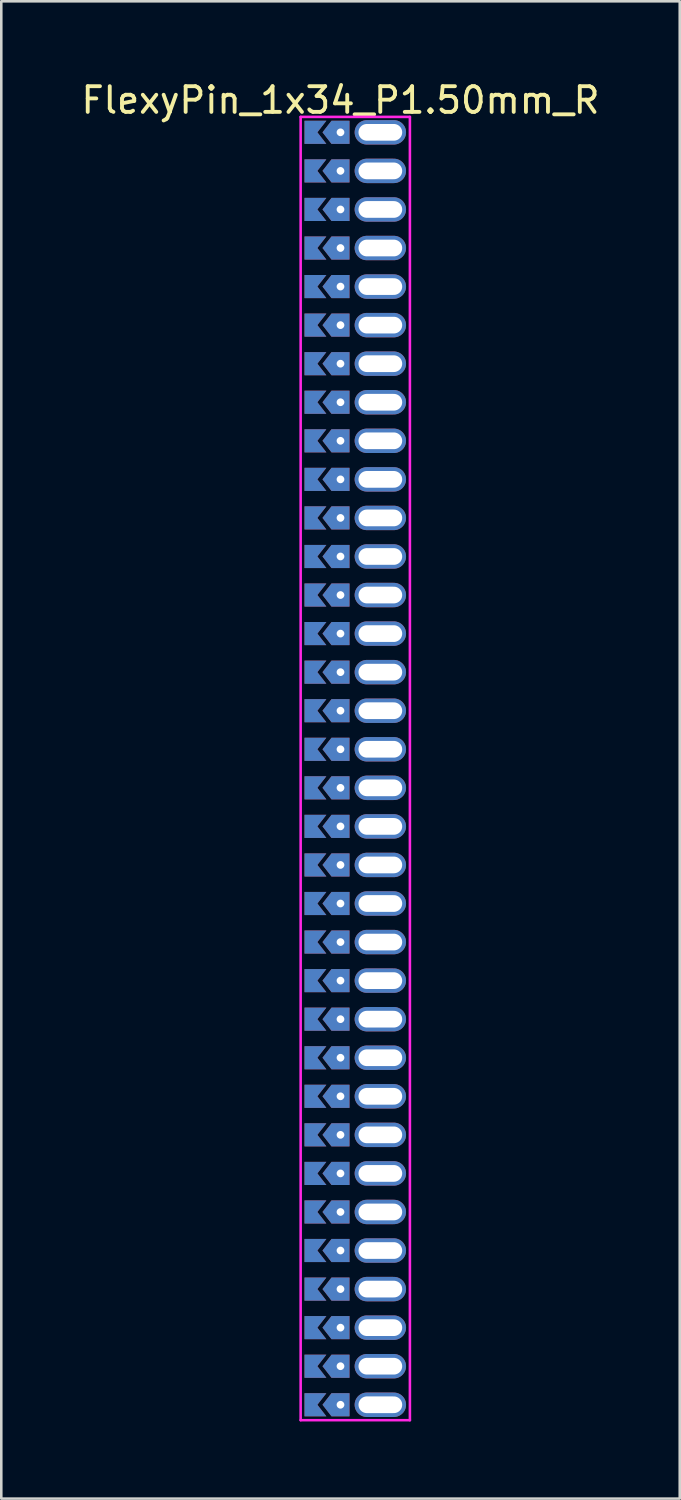
<source format=kicad_pcb>
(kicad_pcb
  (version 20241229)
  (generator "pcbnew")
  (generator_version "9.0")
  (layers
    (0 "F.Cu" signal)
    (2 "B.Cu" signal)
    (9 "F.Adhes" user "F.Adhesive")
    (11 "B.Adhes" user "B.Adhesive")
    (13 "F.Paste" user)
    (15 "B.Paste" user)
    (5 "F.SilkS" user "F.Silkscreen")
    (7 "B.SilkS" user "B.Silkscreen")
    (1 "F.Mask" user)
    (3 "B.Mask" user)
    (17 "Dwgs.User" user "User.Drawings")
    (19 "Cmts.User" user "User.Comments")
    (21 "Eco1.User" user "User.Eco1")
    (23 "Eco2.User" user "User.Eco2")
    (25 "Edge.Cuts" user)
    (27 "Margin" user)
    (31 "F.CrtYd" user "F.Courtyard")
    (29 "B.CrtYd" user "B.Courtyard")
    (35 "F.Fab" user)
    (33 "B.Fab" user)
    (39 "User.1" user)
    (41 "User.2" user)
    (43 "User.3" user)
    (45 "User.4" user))
  (footprint "FlexyPin_1x34_P1.50mm_R"
    (layer "F.Cu")
    (at 10.196 2.098)
    (property "Reference" "FlexyPin_1x34_P1.50mm_R" (at 0 -1.25 0) (layer "F.SilkS") (effects (font (size 1 1) (thickness 0.15))))
    (attr through_hole)
    (fp_line (start -1.55 -0.6) (end 2.7 -0.6) (stroke (width 0.1) (type solid)) (layer "F.CrtYd"))
    (fp_line (start -1.55 50.1) (end -1.55 -0.6) (stroke (width 0.1) (type solid)) (layer "F.CrtYd"))
    (fp_line (start 2.7 -0.6) (end 2.7 50.1) (stroke (width 0.1) (type solid)) (layer "F.CrtYd"))
    (fp_line (start 2.7 50.1) (end -1.55 50.1) (stroke (width 0.1) (type solid)) (layer "F.CrtYd"))
    (pad "" thru_hole custom (at 0 0) (size 0.3 0.3) (drill 0.6) (layers "*.Cu" "*.Mask") (options (anchor rect)) (primitives (gr_poly (pts (xy 0.35 0.45) (xy 0.35 -0.45) (xy -0.35 -0.45) (xy -0.7 0) (xy -0.35 0.45)) (width 0) (fill yes))))
    (pad "" thru_hole custom (at 0 1.5) (size 0.3 0.3) (drill 0.6) (layers "*.Cu" "*.Mask") (options (anchor rect)) (primitives (gr_poly (pts (xy 0.35 0.45) (xy 0.35 -0.45) (xy -0.35 -0.45) (xy -0.7 0) (xy -0.35 0.45)) (width 0) (fill yes))))
    (pad "" thru_hole custom (at 0 3) (size 0.3 0.3) (drill 0.6) (layers "*.Cu" "*.Mask") (options (anchor rect)) (primitives (gr_poly (pts (xy 0.35 0.45) (xy 0.35 -0.45) (xy -0.35 -0.45) (xy -0.7 0) (xy -0.35 0.45)) (width 0) (fill yes))))
    (pad "" thru_hole custom (at 0 4.5) (size 0.3 0.3) (drill 0.6) (layers "*.Cu" "*.Mask") (options (anchor rect)) (primitives (gr_poly (pts (xy 0.35 0.45) (xy 0.35 -0.45) (xy -0.35 -0.45) (xy -0.7 0) (xy -0.35 0.45)) (width 0) (fill yes))))
    (pad "" thru_hole custom (at 0 6) (size 0.3 0.3) (drill 0.6) (layers "*.Cu" "*.Mask") (options (anchor rect)) (primitives (gr_poly (pts (xy 0.35 0.45) (xy 0.35 -0.45) (xy -0.35 -0.45) (xy -0.7 0) (xy -0.35 0.45)) (width 0) (fill yes))))
    (pad "" thru_hole custom (at 0 7.5) (size 0.3 0.3) (drill 0.6) (layers "*.Cu" "*.Mask") (options (anchor rect)) (primitives (gr_poly (pts (xy 0.35 0.45) (xy 0.35 -0.45) (xy -0.35 -0.45) (xy -0.7 0) (xy -0.35 0.45)) (width 0) (fill yes))))
    (pad "" thru_hole custom (at 0 9) (size 0.3 0.3) (drill 0.6) (layers "*.Cu" "*.Mask") (options (anchor rect)) (primitives (gr_poly (pts (xy 0.35 0.45) (xy 0.35 -0.45) (xy -0.35 -0.45) (xy -0.7 0) (xy -0.35 0.45)) (width 0) (fill yes))))
    (pad "" thru_hole custom (at 0 10.5) (size 0.3 0.3) (drill 0.6) (layers "*.Cu" "*.Mask") (options (anchor rect)) (primitives (gr_poly (pts (xy 0.35 0.45) (xy 0.35 -0.45) (xy -0.35 -0.45) (xy -0.7 0) (xy -0.35 0.45)) (width 0) (fill yes))))
    (pad "" thru_hole custom (at 0 12) (size 0.3 0.3) (drill 0.6) (layers "*.Cu" "*.Mask") (options (anchor rect)) (primitives (gr_poly (pts (xy 0.35 0.45) (xy 0.35 -0.45) (xy -0.35 -0.45) (xy -0.7 0) (xy -0.35 0.45)) (width 0) (fill yes))))
    (pad "" thru_hole custom (at 0 13.5) (size 0.3 0.3) (drill 0.6) (layers "*.Cu" "*.Mask") (options (anchor rect)) (primitives (gr_poly (pts (xy 0.35 0.45) (xy 0.35 -0.45) (xy -0.35 -0.45) (xy -0.7 0) (xy -0.35 0.45)) (width 0) (fill yes))))
    (pad "" thru_hole custom (at 0 15) (size 0.3 0.3) (drill 0.6) (layers "*.Cu" "*.Mask") (options (anchor rect)) (primitives (gr_poly (pts (xy 0.35 0.45) (xy 0.35 -0.45) (xy -0.35 -0.45) (xy -0.7 0) (xy -0.35 0.45)) (width 0) (fill yes))))
    (pad "" thru_hole custom (at 0 16.5) (size 0.3 0.3) (drill 0.6) (layers "*.Cu" "*.Mask") (options (anchor rect)) (primitives (gr_poly (pts (xy 0.35 0.45) (xy 0.35 -0.45) (xy -0.35 -0.45) (xy -0.7 0) (xy -0.35 0.45)) (width 0) (fill yes))))
    (pad "" thru_hole custom (at 0 18) (size 0.3 0.3) (drill 0.6) (layers "*.Cu" "*.Mask") (options (anchor rect)) (primitives (gr_poly (pts (xy 0.35 0.45) (xy 0.35 -0.45) (xy -0.35 -0.45) (xy -0.7 0) (xy -0.35 0.45)) (width 0) (fill yes))))
    (pad "" thru_hole custom (at 0 19.5) (size 0.3 0.3) (drill 0.6) (layers "*.Cu" "*.Mask") (options (anchor rect)) (primitives (gr_poly (pts (xy 0.35 0.45) (xy 0.35 -0.45) (xy -0.35 -0.45) (xy -0.7 0) (xy -0.35 0.45)) (width 0) (fill yes))))
    (pad "" thru_hole custom (at 0 21) (size 0.3 0.3) (drill 0.6) (layers "*.Cu" "*.Mask") (options (anchor rect)) (primitives (gr_poly (pts (xy 0.35 0.45) (xy 0.35 -0.45) (xy -0.35 -0.45) (xy -0.7 0) (xy -0.35 0.45)) (width 0) (fill yes))))
    (pad "" thru_hole custom (at 0 22.5) (size 0.3 0.3) (drill 0.6) (layers "*.Cu" "*.Mask") (options (anchor rect)) (primitives (gr_poly (pts (xy 0.35 0.45) (xy 0.35 -0.45) (xy -0.35 -0.45) (xy -0.7 0) (xy -0.35 0.45)) (width 0) (fill yes))))
    (pad "" thru_hole custom (at 0 24) (size 0.3 0.3) (drill 0.6) (layers "*.Cu" "*.Mask") (options (anchor rect)) (primitives (gr_poly (pts (xy 0.35 0.45) (xy 0.35 -0.45) (xy -0.35 -0.45) (xy -0.7 0) (xy -0.35 0.45)) (width 0) (fill yes))))
    (pad "" thru_hole custom (at 0 25.5) (size 0.3 0.3) (drill 0.6) (layers "*.Cu" "*.Mask") (options (anchor rect)) (primitives (gr_poly (pts (xy 0.35 0.45) (xy 0.35 -0.45) (xy -0.35 -0.45) (xy -0.7 0) (xy -0.35 0.45)) (width 0) (fill yes))))
    (pad "" thru_hole custom (at 0 27) (size 0.3 0.3) (drill 0.6) (layers "*.Cu" "*.Mask") (options (anchor rect)) (primitives (gr_poly (pts (xy 0.35 0.45) (xy 0.35 -0.45) (xy -0.35 -0.45) (xy -0.7 0) (xy -0.35 0.45)) (width 0) (fill yes))))
    (pad "" thru_hole custom (at 0 28.5) (size 0.3 0.3) (drill 0.6) (layers "*.Cu" "*.Mask") (options (anchor rect)) (primitives (gr_poly (pts (xy 0.35 0.45) (xy 0.35 -0.45) (xy -0.35 -0.45) (xy -0.7 0) (xy -0.35 0.45)) (width 0) (fill yes))))
    (pad "" thru_hole custom (at 0 30) (size 0.3 0.3) (drill 0.6) (layers "*.Cu" "*.Mask") (options (anchor rect)) (primitives (gr_poly (pts (xy 0.35 0.45) (xy 0.35 -0.45) (xy -0.35 -0.45) (xy -0.7 0) (xy -0.35 0.45)) (width 0) (fill yes))))
    (pad "" thru_hole custom (at 0 31.5) (size 0.3 0.3) (drill 0.6) (layers "*.Cu" "*.Mask") (options (anchor rect)) (primitives (gr_poly (pts (xy 0.35 0.45) (xy 0.35 -0.45) (xy -0.35 -0.45) (xy -0.7 0) (xy -0.35 0.45)) (width 0) (fill yes))))
    (pad "" thru_hole custom (at 0 33) (size 0.3 0.3) (drill 0.6) (layers "*.Cu" "*.Mask") (options (anchor rect)) (primitives (gr_poly (pts (xy 0.35 0.45) (xy 0.35 -0.45) (xy -0.35 -0.45) (xy -0.7 0) (xy -0.35 0.45)) (width 0) (fill yes))))
    (pad "" thru_hole custom (at 0 34.5) (size 0.3 0.3) (drill 0.6) (layers "*.Cu" "*.Mask") (options (anchor rect)) (primitives (gr_poly (pts (xy 0.35 0.45) (xy 0.35 -0.45) (xy -0.35 -0.45) (xy -0.7 0) (xy -0.35 0.45)) (width 0) (fill yes))))
    (pad "" thru_hole custom (at 0 36) (size 0.3 0.3) (drill 0.6) (layers "*.Cu" "*.Mask") (options (anchor rect)) (primitives (gr_poly (pts (xy 0.35 0.45) (xy 0.35 -0.45) (xy -0.35 -0.45) (xy -0.7 0) (xy -0.35 0.45)) (width 0) (fill yes))))
    (pad "" thru_hole custom (at 0 37.5) (size 0.3 0.3) (drill 0.6) (layers "*.Cu" "*.Mask") (options (anchor rect)) (primitives (gr_poly (pts (xy 0.35 0.45) (xy 0.35 -0.45) (xy -0.35 -0.45) (xy -0.7 0) (xy -0.35 0.45)) (width 0) (fill yes))))
    (pad "" thru_hole custom (at 0 39) (size 0.3 0.3) (drill 0.6) (layers "*.Cu" "*.Mask") (options (anchor rect)) (primitives (gr_poly (pts (xy 0.35 0.45) (xy 0.35 -0.45) (xy -0.35 -0.45) (xy -0.7 0) (xy -0.35 0.45)) (width 0) (fill yes))))
    (pad "" thru_hole custom (at 0 40.5) (size 0.3 0.3) (drill 0.6) (layers "*.Cu" "*.Mask") (options (anchor rect)) (primitives (gr_poly (pts (xy 0.35 0.45) (xy 0.35 -0.45) (xy -0.35 -0.45) (xy -0.7 0) (xy -0.35 0.45)) (width 0) (fill yes))))
    (pad "" thru_hole custom (at 0 42) (size 0.3 0.3) (drill 0.6) (layers "*.Cu" "*.Mask") (options (anchor rect)) (primitives (gr_poly (pts (xy 0.35 0.45) (xy 0.35 -0.45) (xy -0.35 -0.45) (xy -0.7 0) (xy -0.35 0.45)) (width 0) (fill yes))))
    (pad "" thru_hole custom (at 0 43.5) (size 0.3 0.3) (drill 0.6) (layers "*.Cu" "*.Mask") (options (anchor rect)) (primitives (gr_poly (pts (xy 0.35 0.45) (xy 0.35 -0.45) (xy -0.35 -0.45) (xy -0.7 0) (xy -0.35 0.45)) (width 0) (fill yes))))
    (pad "" thru_hole custom (at 0 45) (size 0.3 0.3) (drill 0.6) (layers "*.Cu" "*.Mask") (options (anchor rect)) (primitives (gr_poly (pts (xy 0.35 0.45) (xy 0.35 -0.45) (xy -0.35 -0.45) (xy -0.7 0) (xy -0.35 0.45)) (width 0) (fill yes))))
    (pad "" thru_hole custom (at 0 46.5) (size 0.3 0.3) (drill 0.6) (layers "*.Cu" "*.Mask") (options (anchor rect)) (primitives (gr_poly (pts (xy 0.35 0.45) (xy 0.35 -0.45) (xy -0.35 -0.45) (xy -0.7 0) (xy -0.35 0.45)) (width 0) (fill yes))))
    (pad "" thru_hole custom (at 0 48) (size 0.3 0.3) (drill 0.6) (layers "*.Cu" "*.Mask") (options (anchor rect)) (primitives (gr_poly (pts (xy 0.35 0.45) (xy 0.35 -0.45) (xy -0.35 -0.45) (xy -0.7 0) (xy -0.35 0.45)) (width 0) (fill yes))))
    (pad "" thru_hole custom (at 0 49.5) (size 0.3 0.3) (drill 0.6) (layers "*.Cu" "*.Mask") (options (anchor rect)) (primitives (gr_poly (pts (xy 0.35 0.45) (xy 0.35 -0.45) (xy -0.35 -0.45) (xy -0.7 0) (xy -0.35 0.45)) (width 0) (fill yes))))
    (pad "" thru_hole oval (at 1.55 0) (size 2 0.95) (drill oval 1.7 0.65) (layers "*.Cu" "*.Mask"))
    (pad "" thru_hole oval (at 1.55 1.5) (size 2 0.95) (drill oval 1.7 0.65) (layers "*.Cu" "*.Mask"))
    (pad "" thru_hole oval (at 1.55 3) (size 2 0.95) (drill oval 1.7 0.65) (layers "*.Cu" "*.Mask"))
    (pad "" thru_hole oval (at 1.55 4.5) (size 2 0.95) (drill oval 1.7 0.65) (layers "*.Cu" "*.Mask"))
    (pad "" thru_hole oval (at 1.55 6) (size 2 0.95) (drill oval 1.7 0.65) (layers "*.Cu" "*.Mask"))
    (pad "" thru_hole oval (at 1.55 7.5) (size 2 0.95) (drill oval 1.7 0.65) (layers "*.Cu" "*.Mask"))
    (pad "" thru_hole oval (at 1.55 9) (size 2 0.95) (drill oval 1.7 0.65) (layers "*.Cu" "*.Mask"))
    (pad "" thru_hole oval (at 1.55 10.5) (size 2 0.95) (drill oval 1.7 0.65) (layers "*.Cu" "*.Mask"))
    (pad "" thru_hole oval (at 1.55 12) (size 2 0.95) (drill oval 1.7 0.65) (layers "*.Cu" "*.Mask"))
    (pad "" thru_hole oval (at 1.55 13.5) (size 2 0.95) (drill oval 1.7 0.65) (layers "*.Cu" "*.Mask"))
    (pad "" thru_hole oval (at 1.55 15) (size 2 0.95) (drill oval 1.7 0.65) (layers "*.Cu" "*.Mask"))
    (pad "" thru_hole oval (at 1.55 16.5) (size 2 0.95) (drill oval 1.7 0.65) (layers "*.Cu" "*.Mask"))
    (pad "" thru_hole oval (at 1.55 18) (size 2 0.95) (drill oval 1.7 0.65) (layers "*.Cu" "*.Mask"))
    (pad "" thru_hole oval (at 1.55 19.5) (size 2 0.95) (drill oval 1.7 0.65) (layers "*.Cu" "*.Mask"))
    (pad "" thru_hole oval (at 1.55 21) (size 2 0.95) (drill oval 1.7 0.65) (layers "*.Cu" "*.Mask"))
    (pad "" thru_hole oval (at 1.55 22.5) (size 2 0.95) (drill oval 1.7 0.65) (layers "*.Cu" "*.Mask"))
    (pad "" thru_hole oval (at 1.55 24) (size 2 0.95) (drill oval 1.7 0.65) (layers "*.Cu" "*.Mask"))
    (pad "" thru_hole oval (at 1.55 25.5) (size 2 0.95) (drill oval 1.7 0.65) (layers "*.Cu" "*.Mask"))
    (pad "" thru_hole oval (at 1.55 27) (size 2 0.95) (drill oval 1.7 0.65) (layers "*.Cu" "*.Mask"))
    (pad "" thru_hole oval (at 1.55 28.5) (size 2 0.95) (drill oval 1.7 0.65) (layers "*.Cu" "*.Mask"))
    (pad "" thru_hole oval (at 1.55 30) (size 2 0.95) (drill oval 1.7 0.65) (layers "*.Cu" "*.Mask"))
    (pad "" thru_hole oval (at 1.55 31.5) (size 2 0.95) (drill oval 1.7 0.65) (layers "*.Cu" "*.Mask"))
    (pad "" thru_hole oval (at 1.55 33) (size 2 0.95) (drill oval 1.7 0.65) (layers "*.Cu" "*.Mask"))
    (pad "" thru_hole oval (at 1.55 34.5) (size 2 0.95) (drill oval 1.7 0.65) (layers "*.Cu" "*.Mask"))
    (pad "" thru_hole oval (at 1.55 36) (size 2 0.95) (drill oval 1.7 0.65) (layers "*.Cu" "*.Mask"))
    (pad "" thru_hole oval (at 1.55 37.5) (size 2 0.95) (drill oval 1.7 0.65) (layers "*.Cu" "*.Mask"))
    (pad "" thru_hole oval (at 1.55 39) (size 2 0.95) (drill oval 1.7 0.65) (layers "*.Cu" "*.Mask"))
    (pad "" thru_hole oval (at 1.55 40.5) (size 2 0.95) (drill oval 1.7 0.65) (layers "*.Cu" "*.Mask"))
    (pad "" thru_hole oval (at 1.55 42) (size 2 0.95) (drill oval 1.7 0.65) (layers "*.Cu" "*.Mask"))
    (pad "" thru_hole oval (at 1.55 43.5) (size 2 0.95) (drill oval 1.7 0.65) (layers "*.Cu" "*.Mask"))
    (pad "" thru_hole oval (at 1.55 45) (size 2 0.95) (drill oval 1.7 0.65) (layers "*.Cu" "*.Mask"))
    (pad "" thru_hole oval (at 1.55 46.5) (size 2 0.95) (drill oval 1.7 0.65) (layers "*.Cu" "*.Mask"))
    (pad "" thru_hole oval (at 1.55 48) (size 2 0.95) (drill oval 1.7 0.65) (layers "*.Cu" "*.Mask"))
    (pad "" thru_hole oval (at 1.55 49.5) (size 2 0.95) (drill oval 1.7 0.65) (layers "*.Cu" "*.Mask"))
    (pad "1" smd custom (at -0.9 0) (size 0.01 0.01) (layers "F.Cu" "F.Mask") (options (anchor rect)) (primitives (gr_poly (pts (xy 0 0) (xy 0.35 0.45) (xy -0.5 0.45) (xy -0.5 -0.45) (xy 0.35 -0.45)) (width 0) (fill yes))))
    (pad "2" smd custom (at -0.9 1.5) (size 0.01 0.01) (layers "F.Cu" "F.Mask") (options (anchor rect)) (primitives (gr_poly (pts (xy 0 0) (xy 0.35 0.45) (xy -0.5 0.45) (xy -0.5 -0.45) (xy 0.35 -0.45)) (width 0) (fill yes))))
    (pad "3" smd custom (at -0.9 3) (size 0.01 0.01) (layers "F.Cu" "F.Mask") (options (anchor rect)) (primitives (gr_poly (pts (xy 0 0) (xy 0.35 0.45) (xy -0.5 0.45) (xy -0.5 -0.45) (xy 0.35 -0.45)) (width 0) (fill yes))))
    (pad "4" smd custom (at -0.9 4.5) (size 0.01 0.01) (layers "F.Cu" "F.Mask") (options (anchor rect)) (primitives (gr_poly (pts (xy 0 0) (xy 0.35 0.45) (xy -0.5 0.45) (xy -0.5 -0.45) (xy 0.35 -0.45)) (width 0) (fill yes))))
    (pad "5" smd custom (at -0.9 6) (size 0.01 0.01) (layers "F.Cu" "F.Mask") (options (anchor rect)) (primitives (gr_poly (pts (xy 0 0) (xy 0.35 0.45) (xy -0.5 0.45) (xy -0.5 -0.45) (xy 0.35 -0.45)) (width 0) (fill yes))))
    (pad "6" smd custom (at -0.9 7.5) (size 0.01 0.01) (layers "F.Cu" "F.Mask") (options (anchor rect)) (primitives (gr_poly (pts (xy 0 0) (xy 0.35 0.45) (xy -0.5 0.45) (xy -0.5 -0.45) (xy 0.35 -0.45)) (width 0) (fill yes))))
    (pad "7" smd custom (at -0.9 9) (size 0.01 0.01) (layers "F.Cu" "F.Mask") (options (anchor rect)) (primitives (gr_poly (pts (xy 0 0) (xy 0.35 0.45) (xy -0.5 0.45) (xy -0.5 -0.45) (xy 0.35 -0.45)) (width 0) (fill yes))))
    (pad "8" smd custom (at -0.9 10.5) (size 0.01 0.01) (layers "F.Cu" "F.Mask") (options (anchor rect)) (primitives (gr_poly (pts (xy 0 0) (xy 0.35 0.45) (xy -0.5 0.45) (xy -0.5 -0.45) (xy 0.35 -0.45)) (width 0) (fill yes))))
    (pad "9" smd custom (at -0.9 12) (size 0.01 0.01) (layers "F.Cu" "F.Mask") (options (anchor rect)) (primitives (gr_poly (pts (xy 0 0) (xy 0.35 0.45) (xy -0.5 0.45) (xy -0.5 -0.45) (xy 0.35 -0.45)) (width 0) (fill yes))))
    (pad "10" smd custom (at -0.9 13.5) (size 0.01 0.01) (layers "F.Cu" "F.Mask") (options (anchor rect)) (primitives (gr_poly (pts (xy 0 0) (xy 0.35 0.45) (xy -0.5 0.45) (xy -0.5 -0.45) (xy 0.35 -0.45)) (width 0) (fill yes))))
    (pad "11" smd custom (at -0.9 15) (size 0.01 0.01) (layers "F.Cu" "F.Mask") (options (anchor rect)) (primitives (gr_poly (pts (xy 0 0) (xy 0.35 0.45) (xy -0.5 0.45) (xy -0.5 -0.45) (xy 0.35 -0.45)) (width 0) (fill yes))))
    (pad "12" smd custom (at -0.9 16.5) (size 0.01 0.01) (layers "F.Cu" "F.Mask") (options (anchor rect)) (primitives (gr_poly (pts (xy 0 0) (xy 0.35 0.45) (xy -0.5 0.45) (xy -0.5 -0.45) (xy 0.35 -0.45)) (width 0) (fill yes))))
    (pad "13" smd custom (at -0.9 18) (size 0.01 0.01) (layers "F.Cu" "F.Mask") (options (anchor rect)) (primitives (gr_poly (pts (xy 0 0) (xy 0.35 0.45) (xy -0.5 0.45) (xy -0.5 -0.45) (xy 0.35 -0.45)) (width 0) (fill yes))))
    (pad "14" smd custom (at -0.9 19.5) (size 0.01 0.01) (layers "F.Cu" "F.Mask") (options (anchor rect)) (primitives (gr_poly (pts (xy 0 0) (xy 0.35 0.45) (xy -0.5 0.45) (xy -0.5 -0.45) (xy 0.35 -0.45)) (width 0) (fill yes))))
    (pad "15" smd custom (at -0.9 21) (size 0.01 0.01) (layers "F.Cu" "F.Mask") (options (anchor rect)) (primitives (gr_poly (pts (xy 0 0) (xy 0.35 0.45) (xy -0.5 0.45) (xy -0.5 -0.45) (xy 0.35 -0.45)) (width 0) (fill yes))))
    (pad "16" smd custom (at -0.9 22.5) (size 0.01 0.01) (layers "F.Cu" "F.Mask") (options (anchor rect)) (primitives (gr_poly (pts (xy 0 0) (xy 0.35 0.45) (xy -0.5 0.45) (xy -0.5 -0.45) (xy 0.35 -0.45)) (width 0) (fill yes))))
    (pad "17" smd custom (at -0.9 24) (size 0.01 0.01) (layers "F.Cu" "F.Mask") (options (anchor rect)) (primitives (gr_poly (pts (xy 0 0) (xy 0.35 0.45) (xy -0.5 0.45) (xy -0.5 -0.45) (xy 0.35 -0.45)) (width 0) (fill yes))))
    (pad "18" smd custom (at -0.9 25.5) (size 0.01 0.01) (layers "F.Cu" "F.Mask") (options (anchor rect)) (primitives (gr_poly (pts (xy 0 0) (xy 0.35 0.45) (xy -0.5 0.45) (xy -0.5 -0.45) (xy 0.35 -0.45)) (width 0) (fill yes))))
    (pad "19" smd custom (at -0.9 27) (size 0.01 0.01) (layers "F.Cu" "F.Mask") (options (anchor rect)) (primitives (gr_poly (pts (xy 0 0) (xy 0.35 0.45) (xy -0.5 0.45) (xy -0.5 -0.45) (xy 0.35 -0.45)) (width 0) (fill yes))))
    (pad "20" smd custom (at -0.9 28.5) (size 0.01 0.01) (layers "F.Cu" "F.Mask") (options (anchor rect)) (primitives (gr_poly (pts (xy 0 0) (xy 0.35 0.45) (xy -0.5 0.45) (xy -0.5 -0.45) (xy 0.35 -0.45)) (width 0) (fill yes))))
    (pad "21" smd custom (at -0.9 30) (size 0.01 0.01) (layers "F.Cu" "F.Mask") (options (anchor rect)) (primitives (gr_poly (pts (xy 0 0) (xy 0.35 0.45) (xy -0.5 0.45) (xy -0.5 -0.45) (xy 0.35 -0.45)) (width 0) (fill yes))))
    (pad "22" smd custom (at -0.9 31.5) (size 0.01 0.01) (layers "F.Cu" "F.Mask") (options (anchor rect)) (primitives (gr_poly (pts (xy 0 0) (xy 0.35 0.45) (xy -0.5 0.45) (xy -0.5 -0.45) (xy 0.35 -0.45)) (width 0) (fill yes))))
    (pad "23" smd custom (at -0.9 33) (size 0.01 0.01) (layers "F.Cu" "F.Mask") (options (anchor rect)) (primitives (gr_poly (pts (xy 0 0) (xy 0.35 0.45) (xy -0.5 0.45) (xy -0.5 -0.45) (xy 0.35 -0.45)) (width 0) (fill yes))))
    (pad "24" smd custom (at -0.9 34.5) (size 0.01 0.01) (layers "F.Cu" "F.Mask") (options (anchor rect)) (primitives (gr_poly (pts (xy 0 0) (xy 0.35 0.45) (xy -0.5 0.45) (xy -0.5 -0.45) (xy 0.35 -0.45)) (width 0) (fill yes))))
    (pad "25" smd custom (at -0.9 36) (size 0.01 0.01) (layers "F.Cu" "F.Mask") (options (anchor rect)) (primitives (gr_poly (pts (xy 0 0) (xy 0.35 0.45) (xy -0.5 0.45) (xy -0.5 -0.45) (xy 0.35 -0.45)) (width 0) (fill yes))))
    (pad "26" smd custom (at -0.9 37.5) (size 0.01 0.01) (layers "F.Cu" "F.Mask") (options (anchor rect)) (primitives (gr_poly (pts (xy 0 0) (xy 0.35 0.45) (xy -0.5 0.45) (xy -0.5 -0.45) (xy 0.35 -0.45)) (width 0) (fill yes))))
    (pad "27" smd custom (at -0.9 39) (size 0.01 0.01) (layers "F.Cu" "F.Mask") (options (anchor rect)) (primitives (gr_poly (pts (xy 0 0) (xy 0.35 0.45) (xy -0.5 0.45) (xy -0.5 -0.45) (xy 0.35 -0.45)) (width 0) (fill yes))))
    (pad "28" smd custom (at -0.9 40.5) (size 0.01 0.01) (layers "F.Cu" "F.Mask") (options (anchor rect)) (primitives (gr_poly (pts (xy 0 0) (xy 0.35 0.45) (xy -0.5 0.45) (xy -0.5 -0.45) (xy 0.35 -0.45)) (width 0) (fill yes))))
    (pad "29" smd custom (at -0.9 42) (size 0.01 0.01) (layers "F.Cu" "F.Mask") (options (anchor rect)) (primitives (gr_poly (pts (xy 0 0) (xy 0.35 0.45) (xy -0.5 0.45) (xy -0.5 -0.45) (xy 0.35 -0.45)) (width 0) (fill yes))))
    (pad "30" smd custom (at -0.9 43.5) (size 0.01 0.01) (layers "F.Cu" "F.Mask") (options (anchor rect)) (primitives (gr_poly (pts (xy 0 0) (xy 0.35 0.45) (xy -0.5 0.45) (xy -0.5 -0.45) (xy 0.35 -0.45)) (width 0) (fill yes))))
    (pad "31" smd custom (at -0.9 45) (size 0.01 0.01) (layers "F.Cu" "F.Mask") (options (anchor rect)) (primitives (gr_poly (pts (xy 0 0) (xy 0.35 0.45) (xy -0.5 0.45) (xy -0.5 -0.45) (xy 0.35 -0.45)) (width 0) (fill yes))))
    (pad "32" smd custom (at -0.9 46.5) (size 0.01 0.01) (layers "F.Cu" "F.Mask") (options (anchor rect)) (primitives (gr_poly (pts (xy 0 0) (xy 0.35 0.45) (xy -0.5 0.45) (xy -0.5 -0.45) (xy 0.35 -0.45)) (width 0) (fill yes))))
    (pad "33" smd custom (at -0.9 48) (size 0.01 0.01) (layers "F.Cu" "F.Mask") (options (anchor rect)) (primitives (gr_poly (pts (xy 0 0) (xy 0.35 0.45) (xy -0.5 0.45) (xy -0.5 -0.45) (xy 0.35 -0.45)) (width 0) (fill yes))))
    (pad "34" smd custom (at -0.9 49.5) (size 0.01 0.01) (layers "F.Cu" "F.Mask") (options (anchor rect)) (primitives (gr_poly (pts (xy 0 0) (xy 0.35 0.45) (xy -0.5 0.45) (xy -0.5 -0.45) (xy 0.35 -0.45)) (width 0) (fill yes))))
    (pad "35" smd custom (at -0.9 0) (size 0.01 0.01) (layers "B.Cu" "B.Mask") (options (anchor rect)) (primitives (gr_poly (pts (xy 0 0) (xy 0.35 0.45) (xy -0.5 0.45) (xy -0.5 -0.45) (xy 0.35 -0.45)) (width 0) (fill yes))))
    (pad "36" smd custom (at -0.9 1.5) (size 0.01 0.01) (layers "B.Cu" "B.Mask") (options (anchor rect)) (primitives (gr_poly (pts (xy 0 0) (xy 0.35 0.45) (xy -0.5 0.45) (xy -0.5 -0.45) (xy 0.35 -0.45)) (width 0) (fill yes))))
    (pad "37" smd custom (at -0.9 3) (size 0.01 0.01) (layers "B.Cu" "B.Mask") (options (anchor rect)) (primitives (gr_poly (pts (xy 0 0) (xy 0.35 0.45) (xy -0.5 0.45) (xy -0.5 -0.45) (xy 0.35 -0.45)) (width 0) (fill yes))))
    (pad "38" smd custom (at -0.9 4.5) (size 0.01 0.01) (layers "B.Cu" "B.Mask") (options (anchor rect)) (primitives (gr_poly (pts (xy 0 0) (xy 0.35 0.45) (xy -0.5 0.45) (xy -0.5 -0.45) (xy 0.35 -0.45)) (width 0) (fill yes))))
    (pad "39" smd custom (at -0.9 6) (size 0.01 0.01) (layers "B.Cu" "B.Mask") (options (anchor rect)) (primitives (gr_poly (pts (xy 0 0) (xy 0.35 0.45) (xy -0.5 0.45) (xy -0.5 -0.45) (xy 0.35 -0.45)) (width 0) (fill yes))))
    (pad "40" smd custom (at -0.9 7.5) (size 0.01 0.01) (layers "B.Cu" "B.Mask") (options (anchor rect)) (primitives (gr_poly (pts (xy 0 0) (xy 0.35 0.45) (xy -0.5 0.45) (xy -0.5 -0.45) (xy 0.35 -0.45)) (width 0) (fill yes))))
    (pad "41" smd custom (at -0.9 9) (size 0.01 0.01) (layers "B.Cu" "B.Mask") (options (anchor rect)) (primitives (gr_poly (pts (xy 0 0) (xy 0.35 0.45) (xy -0.5 0.45) (xy -0.5 -0.45) (xy 0.35 -0.45)) (width 0) (fill yes))))
    (pad "42" smd custom (at -0.9 10.5) (size 0.01 0.01) (layers "B.Cu" "B.Mask") (options (anchor rect)) (primitives (gr_poly (pts (xy 0 0) (xy 0.35 0.45) (xy -0.5 0.45) (xy -0.5 -0.45) (xy 0.35 -0.45)) (width 0) (fill yes))))
    (pad "43" smd custom (at -0.9 12) (size 0.01 0.01) (layers "B.Cu" "B.Mask") (options (anchor rect)) (primitives (gr_poly (pts (xy 0 0) (xy 0.35 0.45) (xy -0.5 0.45) (xy -0.5 -0.45) (xy 0.35 -0.45)) (width 0) (fill yes))))
    (pad "44" smd custom (at -0.9 13.5) (size 0.01 0.01) (layers "B.Cu" "B.Mask") (options (anchor rect)) (primitives (gr_poly (pts (xy 0 0) (xy 0.35 0.45) (xy -0.5 0.45) (xy -0.5 -0.45) (xy 0.35 -0.45)) (width 0) (fill yes))))
    (pad "45" smd custom (at -0.9 15) (size 0.01 0.01) (layers "B.Cu" "B.Mask") (options (anchor rect)) (primitives (gr_poly (pts (xy 0 0) (xy 0.35 0.45) (xy -0.5 0.45) (xy -0.5 -0.45) (xy 0.35 -0.45)) (width 0) (fill yes))))
    (pad "46" smd custom (at -0.9 16.5) (size 0.01 0.01) (layers "B.Cu" "B.Mask") (options (anchor rect)) (primitives (gr_poly (pts (xy 0 0) (xy 0.35 0.45) (xy -0.5 0.45) (xy -0.5 -0.45) (xy 0.35 -0.45)) (width 0) (fill yes))))
    (pad "47" smd custom (at -0.9 18) (size 0.01 0.01) (layers "B.Cu" "B.Mask") (options (anchor rect)) (primitives (gr_poly (pts (xy 0 0) (xy 0.35 0.45) (xy -0.5 0.45) (xy -0.5 -0.45) (xy 0.35 -0.45)) (width 0) (fill yes))))
    (pad "48" smd custom (at -0.9 19.5) (size 0.01 0.01) (layers "B.Cu" "B.Mask") (options (anchor rect)) (primitives (gr_poly (pts (xy 0 0) (xy 0.35 0.45) (xy -0.5 0.45) (xy -0.5 -0.45) (xy 0.35 -0.45)) (width 0) (fill yes))))
    (pad "49" smd custom (at -0.9 21) (size 0.01 0.01) (layers "B.Cu" "B.Mask") (options (anchor rect)) (primitives (gr_poly (pts (xy 0 0) (xy 0.35 0.45) (xy -0.5 0.45) (xy -0.5 -0.45) (xy 0.35 -0.45)) (width 0) (fill yes))))
    (pad "50" smd custom (at -0.9 22.5) (size 0.01 0.01) (layers "B.Cu" "B.Mask") (options (anchor rect)) (primitives (gr_poly (pts (xy 0 0) (xy 0.35 0.45) (xy -0.5 0.45) (xy -0.5 -0.45) (xy 0.35 -0.45)) (width 0) (fill yes))))
    (pad "51" smd custom (at -0.9 24) (size 0.01 0.01) (layers "B.Cu" "B.Mask") (options (anchor rect)) (primitives (gr_poly (pts (xy 0 0) (xy 0.35 0.45) (xy -0.5 0.45) (xy -0.5 -0.45) (xy 0.35 -0.45)) (width 0) (fill yes))))
    (pad "52" smd custom (at -0.9 25.5) (size 0.01 0.01) (layers "B.Cu" "B.Mask") (options (anchor rect)) (primitives (gr_poly (pts (xy 0 0) (xy 0.35 0.45) (xy -0.5 0.45) (xy -0.5 -0.45) (xy 0.35 -0.45)) (width 0) (fill yes))))
    (pad "53" smd custom (at -0.9 27) (size 0.01 0.01) (layers "B.Cu" "B.Mask") (options (anchor rect)) (primitives (gr_poly (pts (xy 0 0) (xy 0.35 0.45) (xy -0.5 0.45) (xy -0.5 -0.45) (xy 0.35 -0.45)) (width 0) (fill yes))))
    (pad "54" smd custom (at -0.9 28.5) (size 0.01 0.01) (layers "B.Cu" "B.Mask") (options (anchor rect)) (primitives (gr_poly (pts (xy 0 0) (xy 0.35 0.45) (xy -0.5 0.45) (xy -0.5 -0.45) (xy 0.35 -0.45)) (width 0) (fill yes))))
    (pad "55" smd custom (at -0.9 30) (size 0.01 0.01) (layers "B.Cu" "B.Mask") (options (anchor rect)) (primitives (gr_poly (pts (xy 0 0) (xy 0.35 0.45) (xy -0.5 0.45) (xy -0.5 -0.45) (xy 0.35 -0.45)) (width 0) (fill yes))))
    (pad "56" smd custom (at -0.9 31.5) (size 0.01 0.01) (layers "B.Cu" "B.Mask") (options (anchor rect)) (primitives (gr_poly (pts (xy 0 0) (xy 0.35 0.45) (xy -0.5 0.45) (xy -0.5 -0.45) (xy 0.35 -0.45)) (width 0) (fill yes))))
    (pad "57" smd custom (at -0.9 33) (size 0.01 0.01) (layers "B.Cu" "B.Mask") (options (anchor rect)) (primitives (gr_poly (pts (xy 0 0) (xy 0.35 0.45) (xy -0.5 0.45) (xy -0.5 -0.45) (xy 0.35 -0.45)) (width 0) (fill yes))))
    (pad "58" smd custom (at -0.9 34.5) (size 0.01 0.01) (layers "B.Cu" "B.Mask") (options (anchor rect)) (primitives (gr_poly (pts (xy 0 0) (xy 0.35 0.45) (xy -0.5 0.45) (xy -0.5 -0.45) (xy 0.35 -0.45)) (width 0) (fill yes))))
    (pad "59" smd custom (at -0.9 36) (size 0.01 0.01) (layers "B.Cu" "B.Mask") (options (anchor rect)) (primitives (gr_poly (pts (xy 0 0) (xy 0.35 0.45) (xy -0.5 0.45) (xy -0.5 -0.45) (xy 0.35 -0.45)) (width 0) (fill yes))))
    (pad "60" smd custom (at -0.9 37.5) (size 0.01 0.01) (layers "B.Cu" "B.Mask") (options (anchor rect)) (primitives (gr_poly (pts (xy 0 0) (xy 0.35 0.45) (xy -0.5 0.45) (xy -0.5 -0.45) (xy 0.35 -0.45)) (width 0) (fill yes))))
    (pad "61" smd custom (at -0.9 39) (size 0.01 0.01) (layers "B.Cu" "B.Mask") (options (anchor rect)) (primitives (gr_poly (pts (xy 0 0) (xy 0.35 0.45) (xy -0.5 0.45) (xy -0.5 -0.45) (xy 0.35 -0.45)) (width 0) (fill yes))))
    (pad "62" smd custom (at -0.9 40.5) (size 0.01 0.01) (layers "B.Cu" "B.Mask") (options (anchor rect)) (primitives (gr_poly (pts (xy 0 0) (xy 0.35 0.45) (xy -0.5 0.45) (xy -0.5 -0.45) (xy 0.35 -0.45)) (width 0) (fill yes))))
    (pad "63" smd custom (at -0.9 42) (size 0.01 0.01) (layers "B.Cu" "B.Mask") (options (anchor rect)) (primitives (gr_poly (pts (xy 0 0) (xy 0.35 0.45) (xy -0.5 0.45) (xy -0.5 -0.45) (xy 0.35 -0.45)) (width 0) (fill yes))))
    (pad "64" smd custom (at -0.9 43.5) (size 0.01 0.01) (layers "B.Cu" "B.Mask") (options (anchor rect)) (primitives (gr_poly (pts (xy 0 0) (xy 0.35 0.45) (xy -0.5 0.45) (xy -0.5 -0.45) (xy 0.35 -0.45)) (width 0) (fill yes))))
    (pad "65" smd custom (at -0.9 45) (size 0.01 0.01) (layers "B.Cu" "B.Mask") (options (anchor rect)) (primitives (gr_poly (pts (xy 0 0) (xy 0.35 0.45) (xy -0.5 0.45) (xy -0.5 -0.45) (xy 0.35 -0.45)) (width 0) (fill yes))))
    (pad "66" smd custom (at -0.9 46.5) (size 0.01 0.01) (layers "B.Cu" "B.Mask") (options (anchor rect)) (primitives (gr_poly (pts (xy 0 0) (xy 0.35 0.45) (xy -0.5 0.45) (xy -0.5 -0.45) (xy 0.35 -0.45)) (width 0) (fill yes))))
    (pad "67" smd custom (at -0.9 48) (size 0.01 0.01) (layers "B.Cu" "B.Mask") (options (anchor rect)) (primitives (gr_poly (pts (xy 0 0) (xy 0.35 0.45) (xy -0.5 0.45) (xy -0.5 -0.45) (xy 0.35 -0.45)) (width 0) (fill yes))))
    (pad "68" smd custom (at -0.9 49.5) (size 0.01 0.01) (layers "B.Cu" "B.Mask") (options (anchor rect)) (primitives (gr_poly (pts (xy 0 0) (xy 0.35 0.45) (xy -0.5 0.45) (xy -0.5 -0.45) (xy 0.35 -0.45)) (width 0) (fill yes)))))
  (gr_rect
    (start -3 -3)
    (end 23.393 55.248)
    (stroke (width 0.1) (type default))
    (fill no)
    (layer "Edge.Cuts")))
</source>
